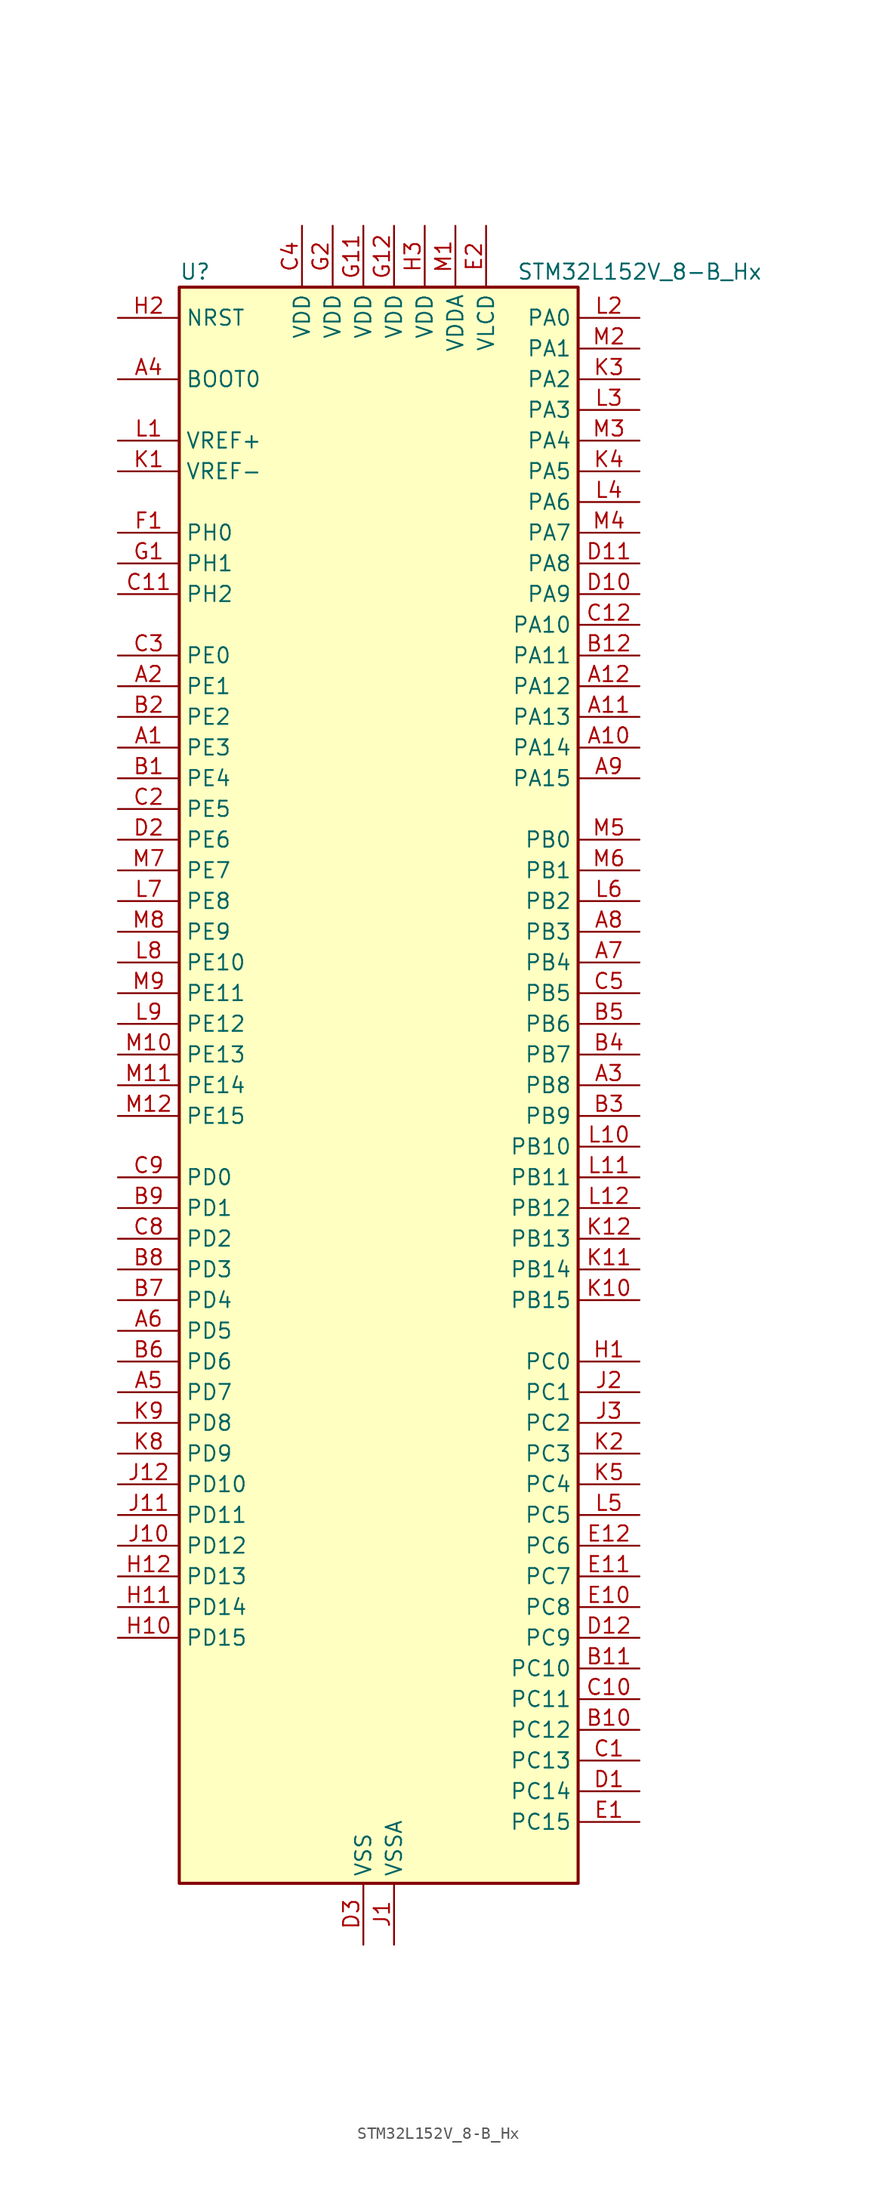
<source format=kicad_sym>
(kicad_symbol_lib
  (version 20231120)
  (generator "kicad_symbol_editor")
  (generator_version "8.0")
  (symbol "STM32L152V_8-B_Hx"
    (property "Reference" "U"
      (at -15.24 67.31 0)
      (effects (font (size 1.27 1.27)) (justify left)))
    (property "Value" "STM32L152V_8-B_Hx"
      (at 12.7 67.31 0)
      (effects (font (size 1.27 1.27)) (justify left)))
    (property "ki_locked" ""
      (at 0 0 0)
      (effects (font (size 1.27 1.27))))
    (symbol "STM32L152V_8-B_Hx_0_1"
      (rectangle (start -15.24 -66.04) (end 17.78 66.04) (stroke (width 0.254) (type default)) (fill (type background))))
    (symbol "STM32L152V_8-B_Hx_1_1"
      (pin bidirectional line (at -20.32 27.94 0) (length 5.08) (name "PE3" (effects (font (size 1.27 1.27)))) (number "A1" (effects (font (size 1.27 1.27)))) (alternate "LCD_SEG39" bidirectional line) (alternate "SYS_TRACED0" bidirectional line) (alternate "TIM3_CH1" bidirectional line) (alternate "TIMX_IC4" bidirectional line))
      (pin bidirectional line (at 22.86 27.94 180) (length 5.08) (name "PA14" (effects (font (size 1.27 1.27)))) (number "A10" (effects (font (size 1.27 1.27)))) (alternate "SYS_JTCK-SWCLK" bidirectional line) (alternate "TIMX_IC3" bidirectional line) (alternate "TS_G5_IO2" bidirectional line))
      (pin bidirectional line (at 22.86 30.48 180) (length 5.08) (name "PA13" (effects (font (size 1.27 1.27)))) (number "A11" (effects (font (size 1.27 1.27)))) (alternate "SYS_JTMS-SWDIO" bidirectional line) (alternate "TIMX_IC2" bidirectional line) (alternate "TS_G5_IO1" bidirectional line))
      (pin bidirectional line (at 22.86 33.02 180) (length 5.08) (name "PA12" (effects (font (size 1.27 1.27)))) (number "A12" (effects (font (size 1.27 1.27)))) (alternate "SPI1_MOSI" bidirectional line) (alternate "TIMX_IC1" bidirectional line) (alternate "USART1_RTS" bidirectional line) (alternate "USB_DP" bidirectional line))
      (pin bidirectional line (at -20.32 33.02 0) (length 5.08) (name "PE1" (effects (font (size 1.27 1.27)))) (number "A2" (effects (font (size 1.27 1.27)))) (alternate "LCD_SEG37" bidirectional line) (alternate "TIM11_CH1" bidirectional line) (alternate "TIMX_IC2" bidirectional line))
      (pin bidirectional line (at 22.86 0 180) (length 5.08) (name "PB8" (effects (font (size 1.27 1.27)))) (number "A3" (effects (font (size 1.27 1.27)))) (alternate "I2C1_SCL" bidirectional line) (alternate "LCD_SEG16" bidirectional line) (alternate "TIM10_CH1" bidirectional line) (alternate "TIM4_CH3" bidirectional line))
      (pin input line (at -20.32 58.42 0) (length 5.08) (name "BOOT0" (effects (font (size 1.27 1.27)))) (number "A4" (effects (font (size 1.27 1.27)))))
      (pin bidirectional line (at -20.32 -25.4 0) (length 5.08) (name "PD7" (effects (font (size 1.27 1.27)))) (number "A5" (effects (font (size 1.27 1.27)))) (alternate "TIM9_CH2" bidirectional line) (alternate "TIMX_IC4" bidirectional line) (alternate "USART2_CK" bidirectional line))
      (pin bidirectional line (at -20.32 -20.32 0) (length 5.08) (name "PD5" (effects (font (size 1.27 1.27)))) (number "A6" (effects (font (size 1.27 1.27)))) (alternate "TIMX_IC2" bidirectional line) (alternate "USART2_TX" bidirectional line))
      (pin bidirectional line (at 22.86 10.16 180) (length 5.08) (name "PB4" (effects (font (size 1.27 1.27)))) (number "A7" (effects (font (size 1.27 1.27)))) (alternate "COMP2_INP" bidirectional line) (alternate "LCD_SEG8" bidirectional line) (alternate "SPI1_MISO" bidirectional line) (alternate "SYS_JTRST" bidirectional line) (alternate "TIM3_CH1" bidirectional line) (alternate "TS_G6_IO1" bidirectional line))
      (pin bidirectional line (at 22.86 12.7 180) (length 5.08) (name "PB3" (effects (font (size 1.27 1.27)))) (number "A8" (effects (font (size 1.27 1.27)))) (alternate "COMP2_INM" bidirectional line) (alternate "LCD_SEG7" bidirectional line) (alternate "SPI1_SCK" bidirectional line) (alternate "SYS_JTDO-TRACESWO" bidirectional line) (alternate "TIM2_CH2" bidirectional line))
      (pin bidirectional line (at 22.86 25.4 180) (length 5.08) (name "PA15" (effects (font (size 1.27 1.27)))) (number "A9" (effects (font (size 1.27 1.27)))) (alternate "ADC_EXTI15" bidirectional line) (alternate "LCD_SEG17" bidirectional line) (alternate "SPI1_NSS" bidirectional line) (alternate "SYS_JTDI" bidirectional line) (alternate "TIM2_CH1" bidirectional line) (alternate "TIM2_ETR" bidirectional line) (alternate "TIMX_IC4" bidirectional line) (alternate "TS_G5_IO3" bidirectional line))
      (pin bidirectional line (at -20.32 25.4 0) (length 5.08) (name "PE4" (effects (font (size 1.27 1.27)))) (number "B1" (effects (font (size 1.27 1.27)))) (alternate "SYS_TRACED1" bidirectional line) (alternate "TIM3_CH2" bidirectional line) (alternate "TIMX_IC1" bidirectional line))
      (pin bidirectional line (at 22.86 -53.34 180) (length 5.08) (name "PC12" (effects (font (size 1.27 1.27)))) (number "B10" (effects (font (size 1.27 1.27)))) (alternate "LCD_COM6" bidirectional line) (alternate "LCD_SEG30" bidirectional line) (alternate "LCD_SEG42" bidirectional line) (alternate "TIMX_IC1" bidirectional line) (alternate "USART3_CK" bidirectional line))
      (pin bidirectional line (at 22.86 -48.26 180) (length 5.08) (name "PC10" (effects (font (size 1.27 1.27)))) (number "B11" (effects (font (size 1.27 1.27)))) (alternate "LCD_COM4" bidirectional line) (alternate "LCD_SEG28" bidirectional line) (alternate "LCD_SEG40" bidirectional line) (alternate "TIMX_IC3" bidirectional line) (alternate "USART3_TX" bidirectional line))
      (pin bidirectional line (at 22.86 35.56 180) (length 5.08) (name "PA11" (effects (font (size 1.27 1.27)))) (number "B12" (effects (font (size 1.27 1.27)))) (alternate "ADC_EXTI11" bidirectional line) (alternate "SPI1_MISO" bidirectional line) (alternate "TIMX_IC4" bidirectional line) (alternate "USART1_CTS" bidirectional line) (alternate "USB_DM" bidirectional line))
      (pin bidirectional line (at -20.32 30.48 0) (length 5.08) (name "PE2" (effects (font (size 1.27 1.27)))) (number "B2" (effects (font (size 1.27 1.27)))) (alternate "LCD_SEG38" bidirectional line) (alternate "SYS_TRACECK" bidirectional line) (alternate "TIM3_ETR" bidirectional line) (alternate "TIMX_IC3" bidirectional line))
      (pin bidirectional line (at 22.86 -2.54 180) (length 5.08) (name "PB9" (effects (font (size 1.27 1.27)))) (number "B3" (effects (font (size 1.27 1.27)))) (alternate "DAC_EXTI9" bidirectional line) (alternate "I2C1_SDA" bidirectional line) (alternate "LCD_COM3" bidirectional line) (alternate "TIM11_CH1" bidirectional line) (alternate "TIM4_CH4" bidirectional line))
      (pin bidirectional line (at 22.86 2.54 180) (length 5.08) (name "PB7" (effects (font (size 1.27 1.27)))) (number "B4" (effects (font (size 1.27 1.27)))) (alternate "I2C1_SDA" bidirectional line) (alternate "SYS_PVD_IN" bidirectional line) (alternate "TIM4_CH2" bidirectional line) (alternate "USART1_RX" bidirectional line))
      (pin bidirectional line (at 22.86 5.08 180) (length 5.08) (name "PB6" (effects (font (size 1.27 1.27)))) (number "B5" (effects (font (size 1.27 1.27)))) (alternate "I2C1_SCL" bidirectional line) (alternate "TIM4_CH1" bidirectional line) (alternate "USART1_TX" bidirectional line))
      (pin bidirectional line (at -20.32 -22.86 0) (length 5.08) (name "PD6" (effects (font (size 1.27 1.27)))) (number "B6" (effects (font (size 1.27 1.27)))) (alternate "TIMX_IC3" bidirectional line) (alternate "USART2_RX" bidirectional line))
      (pin bidirectional line (at -20.32 -17.78 0) (length 5.08) (name "PD4" (effects (font (size 1.27 1.27)))) (number "B7" (effects (font (size 1.27 1.27)))) (alternate "SPI2_MOSI" bidirectional line) (alternate "TIMX_IC1" bidirectional line) (alternate "USART2_RTS" bidirectional line))
      (pin bidirectional line (at -20.32 -15.24 0) (length 5.08) (name "PD3" (effects (font (size 1.27 1.27)))) (number "B8" (effects (font (size 1.27 1.27)))) (alternate "SPI2_MISO" bidirectional line) (alternate "TIMX_IC4" bidirectional line) (alternate "USART2_CTS" bidirectional line))
      (pin bidirectional line (at -20.32 -10.16 0) (length 5.08) (name "PD1" (effects (font (size 1.27 1.27)))) (number "B9" (effects (font (size 1.27 1.27)))) (alternate "SPI2_SCK" bidirectional line) (alternate "TIMX_IC2" bidirectional line))
      (pin bidirectional line (at 22.86 -55.88 180) (length 5.08) (name "PC13" (effects (font (size 1.27 1.27)))) (number "C1" (effects (font (size 1.27 1.27)))) (alternate "RTC_OUT_ALARM" bidirectional line) (alternate "RTC_OUT_CALIB" bidirectional line) (alternate "RTC_TAMP1" bidirectional line) (alternate "RTC_TS" bidirectional line) (alternate "SYS_WKUP2" bidirectional line) (alternate "TIMX_IC2" bidirectional line))
      (pin bidirectional line (at 22.86 -50.8 180) (length 5.08) (name "PC11" (effects (font (size 1.27 1.27)))) (number "C10" (effects (font (size 1.27 1.27)))) (alternate "ADC_EXTI11" bidirectional line) (alternate "LCD_COM5" bidirectional line) (alternate "LCD_SEG29" bidirectional line) (alternate "LCD_SEG41" bidirectional line) (alternate "TIMX_IC4" bidirectional line) (alternate "USART3_RX" bidirectional line))
      (pin bidirectional line (at -20.32 40.64 0) (length 5.08) (name "PH2" (effects (font (size 1.27 1.27)))) (number "C11" (effects (font (size 1.27 1.27)))))
      (pin bidirectional line (at 22.86 38.1 180) (length 5.08) (name "PA10" (effects (font (size 1.27 1.27)))) (number "C12" (effects (font (size 1.27 1.27)))) (alternate "LCD_COM2" bidirectional line) (alternate "TIMX_IC3" bidirectional line) (alternate "TS_G4_IO3" bidirectional line) (alternate "USART1_RX" bidirectional line))
      (pin bidirectional line (at -20.32 22.86 0) (length 5.08) (name "PE5" (effects (font (size 1.27 1.27)))) (number "C2" (effects (font (size 1.27 1.27)))) (alternate "SYS_TRACED2" bidirectional line) (alternate "TIM9_CH1" bidirectional line) (alternate "TIMX_IC2" bidirectional line))
      (pin bidirectional line (at -20.32 35.56 0) (length 5.08) (name "PE0" (effects (font (size 1.27 1.27)))) (number "C3" (effects (font (size 1.27 1.27)))) (alternate "LCD_SEG36" bidirectional line) (alternate "TIM10_CH1" bidirectional line) (alternate "TIM4_ETR" bidirectional line) (alternate "TIMX_IC1" bidirectional line))
      (pin power_in line (at -5.08 71.12 270) (length 5.08) (name "VDD" (effects (font (size 1.27 1.27)))) (number "C4" (effects (font (size 1.27 1.27)))))
      (pin bidirectional line (at 22.86 7.62 180) (length 5.08) (name "PB5" (effects (font (size 1.27 1.27)))) (number "C5" (effects (font (size 1.27 1.27)))) (alternate "COMP2_INP" bidirectional line) (alternate "I2C1_SMBA" bidirectional line) (alternate "LCD_SEG9" bidirectional line) (alternate "SPI1_MOSI" bidirectional line) (alternate "TIM3_CH2" bidirectional line) (alternate "TS_G6_IO2" bidirectional line))
      (pin bidirectional line (at -20.32 -12.7 0) (length 5.08) (name "PD2" (effects (font (size 1.27 1.27)))) (number "C8" (effects (font (size 1.27 1.27)))) (alternate "LCD_COM7" bidirectional line) (alternate "LCD_SEG31" bidirectional line) (alternate "LCD_SEG43" bidirectional line) (alternate "TIM3_ETR" bidirectional line) (alternate "TIMX_IC3" bidirectional line))
      (pin bidirectional line (at -20.32 -7.62 0) (length 5.08) (name "PD0" (effects (font (size 1.27 1.27)))) (number "C9" (effects (font (size 1.27 1.27)))) (alternate "SPI2_NSS" bidirectional line) (alternate "TIM9_CH1" bidirectional line) (alternate "TIMX_IC1" bidirectional line))
      (pin bidirectional line (at 22.86 -58.42 180) (length 5.08) (name "PC14" (effects (font (size 1.27 1.27)))) (number "D1" (effects (font (size 1.27 1.27)))) (alternate "RCC_OSC32_IN" bidirectional line) (alternate "TIMX_IC3" bidirectional line))
      (pin bidirectional line (at 22.86 40.64 180) (length 5.08) (name "PA9" (effects (font (size 1.27 1.27)))) (number "D10" (effects (font (size 1.27 1.27)))) (alternate "DAC_EXTI9" bidirectional line) (alternate "LCD_COM1" bidirectional line) (alternate "TIMX_IC2" bidirectional line) (alternate "TS_G4_IO2" bidirectional line) (alternate "USART1_TX" bidirectional line))
      (pin bidirectional line (at 22.86 43.18 180) (length 5.08) (name "PA8" (effects (font (size 1.27 1.27)))) (number "D11" (effects (font (size 1.27 1.27)))) (alternate "LCD_COM0" bidirectional line) (alternate "RCC_MCO" bidirectional line) (alternate "TIMX_IC1" bidirectional line) (alternate "TS_G4_IO1" bidirectional line) (alternate "USART1_CK" bidirectional line))
      (pin bidirectional line (at 22.86 -45.72 180) (length 5.08) (name "PC9" (effects (font (size 1.27 1.27)))) (number "D12" (effects (font (size 1.27 1.27)))) (alternate "DAC_EXTI9" bidirectional line) (alternate "LCD_SEG27" bidirectional line) (alternate "TIM3_CH4" bidirectional line) (alternate "TIMX_IC2" bidirectional line) (alternate "TS_G10_IO4" bidirectional line))
      (pin bidirectional line (at -20.32 20.32 0) (length 5.08) (name "PE6" (effects (font (size 1.27 1.27)))) (number "D2" (effects (font (size 1.27 1.27)))) (alternate "SYS_TRACED3" bidirectional line) (alternate "SYS_WKUP3" bidirectional line) (alternate "TIM9_CH2" bidirectional line) (alternate "TIMX_IC3" bidirectional line))
      (pin power_in line (at 0 -71.12 90) (length 5.08) (name "VSS" (effects (font (size 1.27 1.27)))) (number "D3" (effects (font (size 1.27 1.27)))))
      (pin bidirectional line (at 22.86 -60.96 180) (length 5.08) (name "PC15" (effects (font (size 1.27 1.27)))) (number "E1" (effects (font (size 1.27 1.27)))) (alternate "ADC_EXTI15" bidirectional line) (alternate "RCC_OSC32_OUT" bidirectional line) (alternate "TIMX_IC4" bidirectional line))
      (pin bidirectional line (at 22.86 -43.18 180) (length 5.08) (name "PC8" (effects (font (size 1.27 1.27)))) (number "E10" (effects (font (size 1.27 1.27)))) (alternate "LCD_SEG26" bidirectional line) (alternate "TIM3_CH3" bidirectional line) (alternate "TIMX_IC1" bidirectional line) (alternate "TS_G10_IO3" bidirectional line))
      (pin bidirectional line (at 22.86 -40.64 180) (length 5.08) (name "PC7" (effects (font (size 1.27 1.27)))) (number "E11" (effects (font (size 1.27 1.27)))) (alternate "LCD_SEG25" bidirectional line) (alternate "TIM3_CH2" bidirectional line) (alternate "TIMX_IC4" bidirectional line) (alternate "TS_G10_IO2" bidirectional line))
      (pin bidirectional line (at 22.86 -38.1 180) (length 5.08) (name "PC6" (effects (font (size 1.27 1.27)))) (number "E12" (effects (font (size 1.27 1.27)))) (alternate "LCD_SEG24" bidirectional line) (alternate "TIM3_CH1" bidirectional line) (alternate "TIMX_IC3" bidirectional line) (alternate "TS_G10_IO1" bidirectional line))
      (pin power_in line (at 10.16 71.12 270) (length 5.08) (name "VLCD" (effects (font (size 1.27 1.27)))) (number "E2" (effects (font (size 1.27 1.27)))))
      (pin passive line (at 0 -71.12 90) (length 5.08) hide (name "VSS" (effects (font (size 1.27 1.27)))) (number "E3" (effects (font (size 1.27 1.27)))))
      (pin bidirectional line (at -20.32 45.72 0) (length 5.08) (name "PH0" (effects (font (size 1.27 1.27)))) (number "F1" (effects (font (size 1.27 1.27)))) (alternate "RCC_OSC_IN" bidirectional line))
      (pin passive line (at 0 -71.12 90) (length 5.08) hide (name "VSS" (effects (font (size 1.27 1.27)))) (number "F11" (effects (font (size 1.27 1.27)))))
      (pin passive line (at 0 -71.12 90) (length 5.08) hide (name "VSS" (effects (font (size 1.27 1.27)))) (number "F12" (effects (font (size 1.27 1.27)))))
      (pin passive line (at 0 -71.12 90) (length 5.08) hide (name "VSS" (effects (font (size 1.27 1.27)))) (number "F2" (effects (font (size 1.27 1.27)))))
      (pin bidirectional line (at -20.32 43.18 0) (length 5.08) (name "PH1" (effects (font (size 1.27 1.27)))) (number "G1" (effects (font (size 1.27 1.27)))) (alternate "RCC_OSC_OUT" bidirectional line))
      (pin power_in line (at 0 71.12 270) (length 5.08) (name "VDD" (effects (font (size 1.27 1.27)))) (number "G11" (effects (font (size 1.27 1.27)))))
      (pin power_in line (at 2.54 71.12 270) (length 5.08) (name "VDD" (effects (font (size 1.27 1.27)))) (number "G12" (effects (font (size 1.27 1.27)))))
      (pin power_in line (at -2.54 71.12 270) (length 5.08) (name "VDD" (effects (font (size 1.27 1.27)))) (number "G2" (effects (font (size 1.27 1.27)))))
      (pin bidirectional line (at 22.86 -22.86 180) (length 5.08) (name "PC0" (effects (font (size 1.27 1.27)))) (number "H1" (effects (font (size 1.27 1.27)))) (alternate "ADC_IN10" bidirectional line) (alternate "COMP1_INP" bidirectional line) (alternate "LCD_SEG18" bidirectional line) (alternate "TIMX_IC1" bidirectional line) (alternate "TS_G8_IO1" bidirectional line))
      (pin bidirectional line (at -20.32 -45.72 0) (length 5.08) (name "PD15" (effects (font (size 1.27 1.27)))) (number "H10" (effects (font (size 1.27 1.27)))) (alternate "ADC_EXTI15" bidirectional line) (alternate "LCD_SEG35" bidirectional line) (alternate "TIM4_CH4" bidirectional line) (alternate "TIMX_IC4" bidirectional line))
      (pin bidirectional line (at -20.32 -43.18 0) (length 5.08) (name "PD14" (effects (font (size 1.27 1.27)))) (number "H11" (effects (font (size 1.27 1.27)))) (alternate "LCD_SEG34" bidirectional line) (alternate "TIM4_CH3" bidirectional line) (alternate "TIMX_IC3" bidirectional line))
      (pin bidirectional line (at -20.32 -40.64 0) (length 5.08) (name "PD13" (effects (font (size 1.27 1.27)))) (number "H12" (effects (font (size 1.27 1.27)))) (alternate "LCD_SEG33" bidirectional line) (alternate "TIM4_CH2" bidirectional line) (alternate "TIMX_IC2" bidirectional line))
      (pin input line (at -20.32 63.5 0) (length 5.08) (name "NRST" (effects (font (size 1.27 1.27)))) (number "H2" (effects (font (size 1.27 1.27)))))
      (pin power_in line (at 5.08 71.12 270) (length 5.08) (name "VDD" (effects (font (size 1.27 1.27)))) (number "H3" (effects (font (size 1.27 1.27)))))
      (pin power_in line (at 2.54 -71.12 90) (length 5.08) (name "VSSA" (effects (font (size 1.27 1.27)))) (number "J1" (effects (font (size 1.27 1.27)))))
      (pin bidirectional line (at -20.32 -38.1 0) (length 5.08) (name "PD12" (effects (font (size 1.27 1.27)))) (number "J10" (effects (font (size 1.27 1.27)))) (alternate "LCD_SEG32" bidirectional line) (alternate "TIM4_CH1" bidirectional line) (alternate "TIMX_IC1" bidirectional line) (alternate "USART3_RTS" bidirectional line))
      (pin bidirectional line (at -20.32 -35.56 0) (length 5.08) (name "PD11" (effects (font (size 1.27 1.27)))) (number "J11" (effects (font (size 1.27 1.27)))) (alternate "ADC_EXTI11" bidirectional line) (alternate "LCD_SEG31" bidirectional line) (alternate "TIMX_IC4" bidirectional line) (alternate "USART3_CTS" bidirectional line))
      (pin bidirectional line (at -20.32 -33.02 0) (length 5.08) (name "PD10" (effects (font (size 1.27 1.27)))) (number "J12" (effects (font (size 1.27 1.27)))) (alternate "LCD_SEG30" bidirectional line) (alternate "TIMX_IC3" bidirectional line) (alternate "USART3_CK" bidirectional line))
      (pin bidirectional line (at 22.86 -25.4 180) (length 5.08) (name "PC1" (effects (font (size 1.27 1.27)))) (number "J2" (effects (font (size 1.27 1.27)))) (alternate "ADC_IN11" bidirectional line) (alternate "COMP1_INP" bidirectional line) (alternate "LCD_SEG19" bidirectional line) (alternate "TIMX_IC2" bidirectional line) (alternate "TS_G8_IO2" bidirectional line))
      (pin bidirectional line (at 22.86 -27.94 180) (length 5.08) (name "PC2" (effects (font (size 1.27 1.27)))) (number "J3" (effects (font (size 1.27 1.27)))) (alternate "ADC_IN12" bidirectional line) (alternate "COMP1_INP" bidirectional line) (alternate "LCD_SEG20" bidirectional line) (alternate "TIMX_IC3" bidirectional line) (alternate "TS_G8_IO3" bidirectional line))
      (pin input line (at -20.32 50.8 0) (length 5.08) (name "VREF-" (effects (font (size 1.27 1.27)))) (number "K1" (effects (font (size 1.27 1.27)))))
      (pin bidirectional line (at 22.86 -17.78 180) (length 5.08) (name "PB15" (effects (font (size 1.27 1.27)))) (number "K10" (effects (font (size 1.27 1.27)))) (alternate "ADC_EXTI15" bidirectional line) (alternate "ADC_IN21" bidirectional line) (alternate "COMP1_INP" bidirectional line) (alternate "LCD_SEG15" bidirectional line) (alternate "RTC_REFIN" bidirectional line) (alternate "SPI2_MOSI" bidirectional line) (alternate "TIM11_CH1" bidirectional line) (alternate "TS_G7_IO4" bidirectional line))
      (pin bidirectional line (at 22.86 -15.24 180) (length 5.08) (name "PB14" (effects (font (size 1.27 1.27)))) (number "K11" (effects (font (size 1.27 1.27)))) (alternate "ADC_IN20" bidirectional line) (alternate "COMP1_INP" bidirectional line) (alternate "LCD_SEG14" bidirectional line) (alternate "SPI2_MISO" bidirectional line) (alternate "TIM9_CH2" bidirectional line) (alternate "TS_G7_IO3" bidirectional line) (alternate "USART3_RTS" bidirectional line))
      (pin bidirectional line (at 22.86 -12.7 180) (length 5.08) (name "PB13" (effects (font (size 1.27 1.27)))) (number "K12" (effects (font (size 1.27 1.27)))) (alternate "ADC_IN19" bidirectional line) (alternate "COMP1_INP" bidirectional line) (alternate "LCD_SEG13" bidirectional line) (alternate "SPI2_SCK" bidirectional line) (alternate "TIM9_CH1" bidirectional line) (alternate "TS_G7_IO2" bidirectional line) (alternate "USART3_CTS" bidirectional line))
      (pin bidirectional line (at 22.86 -30.48 180) (length 5.08) (name "PC3" (effects (font (size 1.27 1.27)))) (number "K2" (effects (font (size 1.27 1.27)))) (alternate "ADC_IN13" bidirectional line) (alternate "COMP1_INP" bidirectional line) (alternate "LCD_SEG21" bidirectional line) (alternate "TIMX_IC4" bidirectional line) (alternate "TS_G8_IO4" bidirectional line))
      (pin bidirectional line (at 22.86 58.42 180) (length 5.08) (name "PA2" (effects (font (size 1.27 1.27)))) (number "K3" (effects (font (size 1.27 1.27)))) (alternate "ADC_IN2" bidirectional line) (alternate "COMP1_INP" bidirectional line) (alternate "LCD_SEG1" bidirectional line) (alternate "TIM2_CH3" bidirectional line) (alternate "TIM9_CH1" bidirectional line) (alternate "TIMX_IC3" bidirectional line) (alternate "TS_G1_IO3" bidirectional line) (alternate "USART2_TX" bidirectional line))
      (pin bidirectional line (at 22.86 50.8 180) (length 5.08) (name "PA5" (effects (font (size 1.27 1.27)))) (number "K4" (effects (font (size 1.27 1.27)))) (alternate "ADC_IN5" bidirectional line) (alternate "COMP1_INP" bidirectional line) (alternate "DAC_OUT2" bidirectional line) (alternate "SPI1_SCK" bidirectional line) (alternate "TIM2_CH1" bidirectional line) (alternate "TIM2_ETR" bidirectional line) (alternate "TIMX_IC2" bidirectional line))
      (pin bidirectional line (at 22.86 -33.02 180) (length 5.08) (name "PC4" (effects (font (size 1.27 1.27)))) (number "K5" (effects (font (size 1.27 1.27)))) (alternate "ADC_IN14" bidirectional line) (alternate "COMP1_INP" bidirectional line) (alternate "LCD_SEG22" bidirectional line) (alternate "TIMX_IC1" bidirectional line) (alternate "TS_G9_IO1" bidirectional line))
      (pin bidirectional line (at -20.32 -30.48 0) (length 5.08) (name "PD9" (effects (font (size 1.27 1.27)))) (number "K8" (effects (font (size 1.27 1.27)))) (alternate "DAC_EXTI9" bidirectional line) (alternate "LCD_SEG29" bidirectional line) (alternate "TIMX_IC2" bidirectional line) (alternate "USART3_RX" bidirectional line))
      (pin bidirectional line (at -20.32 -27.94 0) (length 5.08) (name "PD8" (effects (font (size 1.27 1.27)))) (number "K9" (effects (font (size 1.27 1.27)))) (alternate "LCD_SEG28" bidirectional line) (alternate "TIMX_IC1" bidirectional line) (alternate "USART3_TX" bidirectional line))
      (pin input line (at -20.32 53.34 0) (length 5.08) (name "VREF+" (effects (font (size 1.27 1.27)))) (number "L1" (effects (font (size 1.27 1.27)))))
      (pin bidirectional line (at 22.86 -5.08 180) (length 5.08) (name "PB10" (effects (font (size 1.27 1.27)))) (number "L10" (effects (font (size 1.27 1.27)))) (alternate "I2C2_SCL" bidirectional line) (alternate "LCD_SEG10" bidirectional line) (alternate "TIM2_CH3" bidirectional line) (alternate "USART3_TX" bidirectional line))
      (pin bidirectional line (at 22.86 -7.62 180) (length 5.08) (name "PB11" (effects (font (size 1.27 1.27)))) (number "L11" (effects (font (size 1.27 1.27)))) (alternate "ADC_EXTI11" bidirectional line) (alternate "I2C2_SDA" bidirectional line) (alternate "LCD_SEG11" bidirectional line) (alternate "TIM2_CH4" bidirectional line) (alternate "USART3_RX" bidirectional line))
      (pin bidirectional line (at 22.86 -10.16 180) (length 5.08) (name "PB12" (effects (font (size 1.27 1.27)))) (number "L12" (effects (font (size 1.27 1.27)))) (alternate "ADC_IN18" bidirectional line) (alternate "COMP1_INP" bidirectional line) (alternate "I2C2_SMBA" bidirectional line) (alternate "LCD_SEG12" bidirectional line) (alternate "SPI2_NSS" bidirectional line) (alternate "TIM10_CH1" bidirectional line) (alternate "TS_G7_IO1" bidirectional line) (alternate "USART3_CK" bidirectional line))
      (pin bidirectional line (at 22.86 63.5 180) (length 5.08) (name "PA0" (effects (font (size 1.27 1.27)))) (number "L2" (effects (font (size 1.27 1.27)))) (alternate "ADC_IN0" bidirectional line) (alternate "COMP1_INP" bidirectional line) (alternate "SYS_WKUP1" bidirectional line) (alternate "TIM2_CH1" bidirectional line) (alternate "TIM2_ETR" bidirectional line) (alternate "TIMX_IC1" bidirectional line) (alternate "TS_G1_IO1" bidirectional line) (alternate "USART2_CTS" bidirectional line))
      (pin bidirectional line (at 22.86 55.88 180) (length 5.08) (name "PA3" (effects (font (size 1.27 1.27)))) (number "L3" (effects (font (size 1.27 1.27)))) (alternate "ADC_IN3" bidirectional line) (alternate "COMP1_INP" bidirectional line) (alternate "LCD_SEG2" bidirectional line) (alternate "TIM2_CH4" bidirectional line) (alternate "TIM9_CH2" bidirectional line) (alternate "TIMX_IC4" bidirectional line) (alternate "TS_G1_IO4" bidirectional line) (alternate "USART2_RX" bidirectional line))
      (pin bidirectional line (at 22.86 48.26 180) (length 5.08) (name "PA6" (effects (font (size 1.27 1.27)))) (number "L4" (effects (font (size 1.27 1.27)))) (alternate "ADC_IN6" bidirectional line) (alternate "COMP1_INP" bidirectional line) (alternate "LCD_SEG3" bidirectional line) (alternate "SPI1_MISO" bidirectional line) (alternate "TIM10_CH1" bidirectional line) (alternate "TIM3_CH1" bidirectional line) (alternate "TIMX_IC3" bidirectional line) (alternate "TS_G2_IO1" bidirectional line))
      (pin bidirectional line (at 22.86 -35.56 180) (length 5.08) (name "PC5" (effects (font (size 1.27 1.27)))) (number "L5" (effects (font (size 1.27 1.27)))) (alternate "ADC_IN15" bidirectional line) (alternate "COMP1_INP" bidirectional line) (alternate "LCD_SEG23" bidirectional line) (alternate "TIMX_IC2" bidirectional line) (alternate "TS_G9_IO2" bidirectional line))
      (pin bidirectional line (at 22.86 15.24 180) (length 5.08) (name "PB2" (effects (font (size 1.27 1.27)))) (number "L6" (effects (font (size 1.27 1.27)))))
      (pin bidirectional line (at -20.32 15.24 0) (length 5.08) (name "PE8" (effects (font (size 1.27 1.27)))) (number "L7" (effects (font (size 1.27 1.27)))) (alternate "ADC_IN23" bidirectional line) (alternate "COMP1_INP" bidirectional line) (alternate "TIMX_IC1" bidirectional line))
      (pin bidirectional line (at -20.32 10.16 0) (length 5.08) (name "PE10" (effects (font (size 1.27 1.27)))) (number "L8" (effects (font (size 1.27 1.27)))) (alternate "ADC_IN25" bidirectional line) (alternate "COMP1_INP" bidirectional line) (alternate "TIM2_CH2" bidirectional line) (alternate "TIMX_IC3" bidirectional line))
      (pin bidirectional line (at -20.32 5.08 0) (length 5.08) (name "PE12" (effects (font (size 1.27 1.27)))) (number "L9" (effects (font (size 1.27 1.27)))) (alternate "SPI1_NSS" bidirectional line) (alternate "TIM2_CH4" bidirectional line) (alternate "TIMX_IC1" bidirectional line))
      (pin power_in line (at 7.62 71.12 270) (length 5.08) (name "VDDA" (effects (font (size 1.27 1.27)))) (number "M1" (effects (font (size 1.27 1.27)))))
      (pin bidirectional line (at -20.32 2.54 0) (length 5.08) (name "PE13" (effects (font (size 1.27 1.27)))) (number "M10" (effects (font (size 1.27 1.27)))) (alternate "SPI1_SCK" bidirectional line) (alternate "TIMX_IC2" bidirectional line))
      (pin bidirectional line (at -20.32 0 0) (length 5.08) (name "PE14" (effects (font (size 1.27 1.27)))) (number "M11" (effects (font (size 1.27 1.27)))) (alternate "SPI1_MISO" bidirectional line) (alternate "TIMX_IC3" bidirectional line))
      (pin bidirectional line (at -20.32 -2.54 0) (length 5.08) (name "PE15" (effects (font (size 1.27 1.27)))) (number "M12" (effects (font (size 1.27 1.27)))) (alternate "ADC_EXTI15" bidirectional line) (alternate "SPI1_MOSI" bidirectional line) (alternate "TIMX_IC4" bidirectional line))
      (pin bidirectional line (at 22.86 60.96 180) (length 5.08) (name "PA1" (effects (font (size 1.27 1.27)))) (number "M2" (effects (font (size 1.27 1.27)))) (alternate "ADC_IN1" bidirectional line) (alternate "COMP1_INP" bidirectional line) (alternate "LCD_SEG0" bidirectional line) (alternate "TIM2_CH2" bidirectional line) (alternate "TIMX_IC2" bidirectional line) (alternate "TS_G1_IO2" bidirectional line) (alternate "USART2_RTS" bidirectional line))
      (pin bidirectional line (at 22.86 53.34 180) (length 5.08) (name "PA4" (effects (font (size 1.27 1.27)))) (number "M3" (effects (font (size 1.27 1.27)))) (alternate "ADC_IN4" bidirectional line) (alternate "COMP1_INP" bidirectional line) (alternate "DAC_OUT1" bidirectional line) (alternate "SPI1_NSS" bidirectional line) (alternate "TIMX_IC1" bidirectional line) (alternate "USART2_CK" bidirectional line))
      (pin bidirectional line (at 22.86 45.72 180) (length 5.08) (name "PA7" (effects (font (size 1.27 1.27)))) (number "M4" (effects (font (size 1.27 1.27)))) (alternate "ADC_IN7" bidirectional line) (alternate "COMP1_INP" bidirectional line) (alternate "LCD_SEG4" bidirectional line) (alternate "SPI1_MOSI" bidirectional line) (alternate "TIM11_CH1" bidirectional line) (alternate "TIM3_CH2" bidirectional line) (alternate "TIMX_IC4" bidirectional line) (alternate "TS_G2_IO2" bidirectional line))
      (pin bidirectional line (at 22.86 20.32 180) (length 5.08) (name "PB0" (effects (font (size 1.27 1.27)))) (number "M5" (effects (font (size 1.27 1.27)))) (alternate "ADC_IN8" bidirectional line) (alternate "COMP1_INP" bidirectional line) (alternate "LCD_SEG5" bidirectional line) (alternate "SYS_V_REF_OUT" bidirectional line) (alternate "TIM3_CH3" bidirectional line) (alternate "TS_G3_IO1" bidirectional line))
      (pin bidirectional line (at 22.86 17.78 180) (length 5.08) (name "PB1" (effects (font (size 1.27 1.27)))) (number "M6" (effects (font (size 1.27 1.27)))) (alternate "ADC_IN9" bidirectional line) (alternate "COMP1_INP" bidirectional line) (alternate "LCD_SEG6" bidirectional line) (alternate "SYS_V_REF_OUT" bidirectional line) (alternate "TIM3_CH4" bidirectional line) (alternate "TS_G3_IO2" bidirectional line))
      (pin bidirectional line (at -20.32 17.78 0) (length 5.08) (name "PE7" (effects (font (size 1.27 1.27)))) (number "M7" (effects (font (size 1.27 1.27)))) (alternate "ADC_IN22" bidirectional line) (alternate "COMP1_INP" bidirectional line) (alternate "TIMX_IC4" bidirectional line))
      (pin bidirectional line (at -20.32 12.7 0) (length 5.08) (name "PE9" (effects (font (size 1.27 1.27)))) (number "M8" (effects (font (size 1.27 1.27)))) (alternate "ADC_IN24" bidirectional line) (alternate "COMP1_INP" bidirectional line) (alternate "DAC_EXTI9" bidirectional line) (alternate "TIM2_CH1" bidirectional line) (alternate "TIM2_ETR" bidirectional line) (alternate "TIMX_IC2" bidirectional line))
      (pin bidirectional line (at -20.32 7.62 0) (length 5.08) (name "PE11" (effects (font (size 1.27 1.27)))) (number "M9" (effects (font (size 1.27 1.27)))) (alternate "ADC_EXTI11" bidirectional line) (alternate "TIM2_CH3" bidirectional line) (alternate "TIMX_IC4" bidirectional line)))))
</source>
